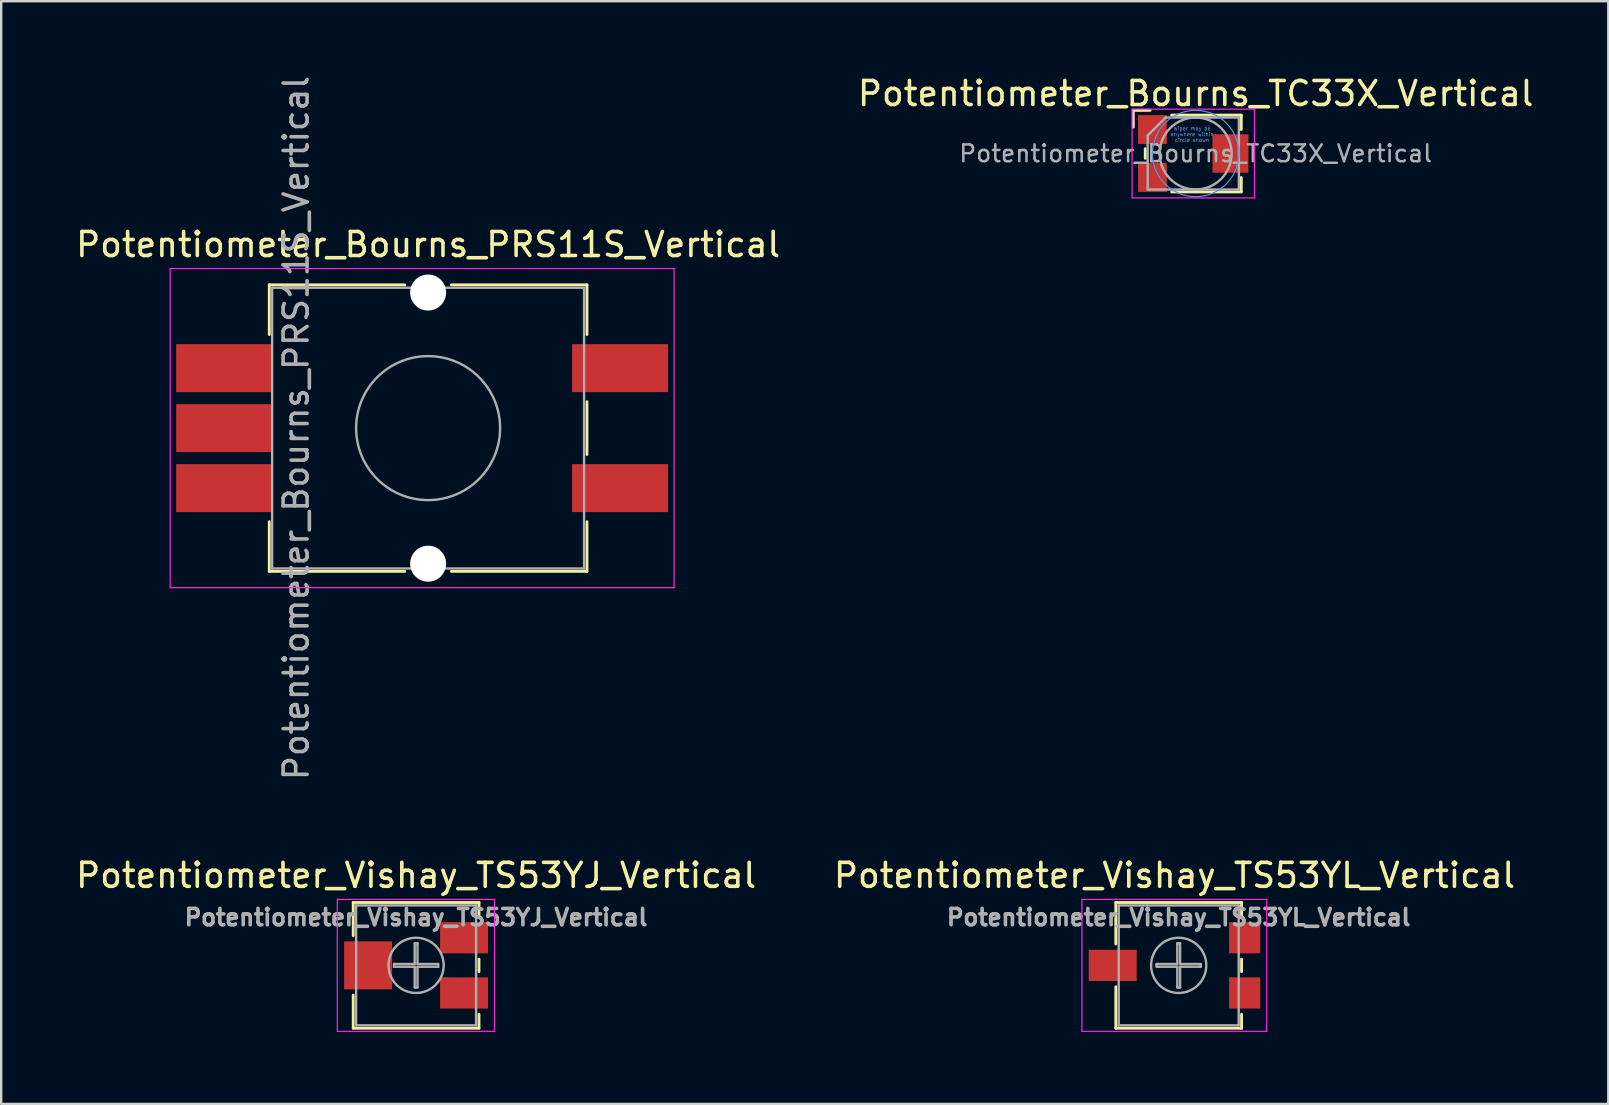
<source format=kicad_pcb>
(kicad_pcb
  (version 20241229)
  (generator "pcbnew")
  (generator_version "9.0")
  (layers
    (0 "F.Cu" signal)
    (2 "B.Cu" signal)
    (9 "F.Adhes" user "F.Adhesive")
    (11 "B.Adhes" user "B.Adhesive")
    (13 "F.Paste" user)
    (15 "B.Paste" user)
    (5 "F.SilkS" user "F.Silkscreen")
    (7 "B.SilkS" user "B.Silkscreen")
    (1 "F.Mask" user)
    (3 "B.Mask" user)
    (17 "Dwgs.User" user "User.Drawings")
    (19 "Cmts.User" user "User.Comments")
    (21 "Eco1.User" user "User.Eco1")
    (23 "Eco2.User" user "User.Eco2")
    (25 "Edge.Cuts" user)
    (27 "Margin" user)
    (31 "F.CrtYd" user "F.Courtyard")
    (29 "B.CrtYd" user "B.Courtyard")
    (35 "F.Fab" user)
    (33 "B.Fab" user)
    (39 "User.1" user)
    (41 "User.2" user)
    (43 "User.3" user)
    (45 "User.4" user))
  (footprint "Potentiometer_Vishay_TS53YL_Vertical"
    (layer "F.Cu")
    (at 46.99 37.182)
    (property "Reference" "Potentiometer_Vishay_TS53YL_Vertical" (at -1.092 -3.75 0) (layer "F.SilkS") (effects (font (size 1 1) (thickness 0.15))))
    (attr smd)
    (fp_line (start -3.537 -2.62) (end -3.537 -0.89) (stroke (width 0.12) (type solid)) (layer "F.SilkS"))
    (fp_line (start -3.537 -2.62) (end 1.703 -2.62) (stroke (width 0.12) (type solid)) (layer "F.SilkS"))
    (fp_line (start -3.537 0.89) (end -3.537 2.62) (stroke (width 0.12) (type solid)) (layer "F.SilkS"))
    (fp_line (start -3.537 2.62) (end 1.703 2.62) (stroke (width 0.12) (type solid)) (layer "F.SilkS"))
    (fp_line (start 1.703 -2.62) (end 1.703 -2.039) (stroke (width 0.12) (type solid)) (layer "F.SilkS"))
    (fp_line (start 1.703 -0.26) (end 1.703 0.26) (stroke (width 0.12) (type solid)) (layer "F.SilkS"))
    (fp_line (start 1.703 2.04) (end 1.703 2.62) (stroke (width 0.12) (type solid)) (layer "F.SilkS"))
    (fp_line (start -4.95 -2.75) (end -4.95 2.75) (stroke (width 0.05) (type solid)) (layer "F.CrtYd"))
    (fp_line (start -4.95 2.75) (end 2.75 2.75) (stroke (width 0.05) (type solid)) (layer "F.CrtYd"))
    (fp_line (start 2.75 -2.75) (end -4.95 -2.75) (stroke (width 0.05) (type solid)) (layer "F.CrtYd"))
    (fp_line (start 2.75 2.75) (end 2.75 -2.75) (stroke (width 0.05) (type solid)) (layer "F.CrtYd"))
    (fp_line (start -3.417 -2.5) (end -3.417 2.5) (stroke (width 0.1) (type solid)) (layer "F.Fab"))
    (fp_line (start -3.417 2.5) (end 1.583 2.5) (stroke (width 0.1) (type solid)) (layer "F.Fab"))
    (fp_line (start -1.837 -0.058) (end -0.975 -0.058) (stroke (width 0.1) (type solid)) (layer "F.Fab"))
    (fp_line (start -1.837 0.058) (end -1.837 -0.058) (stroke (width 0.1) (type solid)) (layer "F.Fab"))
    (fp_line (start -0.975 -0.92) (end -0.859 -0.92) (stroke (width 0.1) (type solid)) (layer "F.Fab"))
    (fp_line (start -0.975 -0.058) (end -0.975 -0.92) (stroke (width 0.1) (type solid)) (layer "F.Fab"))
    (fp_line (start -0.975 0.058) (end -1.837 0.058) (stroke (width 0.1) (type solid)) (layer "F.Fab"))
    (fp_line (start -0.975 0.92) (end -0.975 0.058) (stroke (width 0.1) (type solid)) (layer "F.Fab"))
    (fp_line (start -0.859 -0.92) (end -0.859 -0.058) (stroke (width 0.1) (type solid)) (layer "F.Fab"))
    (fp_line (start -0.859 -0.058) (end 0.003 -0.058) (stroke (width 0.1) (type solid)) (layer "F.Fab"))
    (fp_line (start -0.859 0.058) (end -0.859 0.92) (stroke (width 0.1) (type solid)) (layer "F.Fab"))
    (fp_line (start -0.859 0.92) (end -0.975 0.92) (stroke (width 0.1) (type solid)) (layer "F.Fab"))
    (fp_line (start 0.003 -0.058) (end 0.003 0.058) (stroke (width 0.1) (type solid)) (layer "F.Fab"))
    (fp_line (start 0.003 0.058) (end -0.859 0.058) (stroke (width 0.1) (type solid)) (layer "F.Fab"))
    (fp_line (start 1.583 -2.5) (end -3.417 -2.5) (stroke (width 0.1) (type solid)) (layer "F.Fab"))
    (fp_line (start 1.583 2.5) (end 1.583 -2.5) (stroke (width 0.1) (type solid)) (layer "F.Fab"))
    (fp_circle (center -0.917 0) (end 0.233 0) (stroke (width 0.1) (type solid)) (fill no) (layer "F.Fab"))
    (fp_text user "${REFERENCE}" (at -0.917 -2 0) (layer "F.Fab") (effects (font (size 0.68 0.68) (thickness 0.15))))
    (pad "1" smd rect (at 1.833 -1.15) (size 1.3 1.3) (layers "F.Cu" "F.Mask" "F.Paste"))
    (pad "2" smd rect (at -3.667 0) (size 2 1.3) (layers "F.Cu" "F.Mask" "F.Paste"))
    (pad "3" smd rect (at 1.833 1.15) (size 1.3 1.3) (layers "F.Cu" "F.Mask" "F.Paste")))
  (footprint "Potentiometer_Bourns_TC33X_Vertical"
    (layer "F.Cu")
    (at 46.78 3.348)
    (property "Reference" "Potentiometer_Bourns_TC33X_Vertical" (at 0 -2.5 0) (layer "F.SilkS") (effects (font (size 1 1) (thickness 0.15))))
    (attr smd)
    (fp_line (start -2.6 -1.8) (end -2.6 -1.1) (stroke (width 0.12) (type solid)) (layer "F.SilkS"))
    (fp_line (start -2.1 -0.2) (end -2.1 0.2) (stroke (width 0.12) (type solid)) (layer "F.SilkS"))
    (fp_line (start -1.9 -1.8) (end -2.6 -1.8) (stroke (width 0.12) (type solid)) (layer "F.SilkS"))
    (fp_line (start -1 -1.6) (end 1.9 -1.6) (stroke (width 0.12) (type solid)) (layer "F.SilkS"))
    (fp_line (start -1 1.6) (end 1.9 1.6) (stroke (width 0.12) (type solid)) (layer "F.SilkS"))
    (fp_line (start 1.9 -1.6) (end 1.9 -1) (stroke (width 0.12) (type solid)) (layer "F.SilkS"))
    (fp_line (start 1.9 1.6) (end 1.9 1) (stroke (width 0.12) (type solid)) (layer "F.SilkS"))
    (fp_circle (center 0 0) (end 1.8 0) (stroke (width 0.05) (type solid)) (fill no) (layer "Cmts.User"))
    (fp_line (start -2.65 -1.85) (end 2.45 -1.85) (stroke (width 0.05) (type solid)) (layer "F.CrtYd"))
    (fp_line (start -2.65 1.85) (end -2.65 -1.85) (stroke (width 0.05) (type solid)) (layer "F.CrtYd"))
    (fp_line (start 2.45 -1.85) (end 2.45 1.85) (stroke (width 0.05) (type solid)) (layer "F.CrtYd"))
    (fp_line (start 2.45 1.85) (end -2.65 1.85) (stroke (width 0.05) (type solid)) (layer "F.CrtYd"))
    (fp_line (start -2 -0.75) (end -2 1.5) (stroke (width 0.1) (type solid)) (layer "F.Fab"))
    (fp_line (start -2 1.5) (end 1.8 1.5) (stroke (width 0.1) (type solid)) (layer "F.Fab"))
    (fp_line (start -1.25 -1.5) (end -2 -0.75) (stroke (width 0.1) (type solid)) (layer "F.Fab"))
    (fp_line (start 1.8 -1.5) (end -1.25 -1.5) (stroke (width 0.1) (type solid)) (layer "F.Fab"))
    (fp_line (start 1.8 1.5) (end 1.8 -1.5) (stroke (width 0.1) (type solid)) (layer "F.Fab"))
    (fp_circle (center 0 0) (end 1.5 0) (stroke (width 0.1) (type solid)) (fill no) (layer "F.Fab"))
    (fp_text user "Wiper may be\nanywhere within\ncircle shown" (at -0.15 -0.8 0) (layer "Cmts.User") (effects (font (size 0.15 0.15) (thickness 0.02))))
    (fp_text user "${REFERENCE}" (at 0 0 0) (layer "F.Fab") (effects (font (size 0.7 0.7) (thickness 0.105))))
    (pad "1" smd rect (at -1.8 -1) (size 1.2 1.2) (layers "F.Cu" "F.Mask" "F.Paste"))
    (pad "2" smd rect (at 1.45 0) (size 1.5 1.6) (layers "F.Cu" "F.Mask" "F.Paste"))
    (pad "3" smd rect (at -1.8 1) (size 1.2 1.2) (layers "F.Cu" "F.Mask" "F.Paste")))
  (footprint "Potentiometer_Bourns_PRS11S_Vertical"
    (layer "F.Cu")
    (at 14.792 14.792)
    (property "Reference" "Potentiometer_Bourns_PRS11S_Vertical" (at 0 -7.65 0) (layer "F.SilkS") (effects (font (size 1 1) (thickness 0.15))))
    (attr smd)
    (fp_line (start -6.62 -5.97) (end -6.62 -3.9) (stroke (width 0.12) (type solid)) (layer "F.SilkS"))
    (fp_line (start -6.62 -5.97) (end -0.973 -5.97) (stroke (width 0.12) (type solid)) (layer "F.SilkS"))
    (fp_line (start -6.62 3.9) (end -6.62 5.97) (stroke (width 0.12) (type solid)) (layer "F.SilkS"))
    (fp_line (start -6.62 5.97) (end -0.973 5.97) (stroke (width 0.12) (type solid)) (layer "F.SilkS"))
    (fp_line (start 0.974 -5.97) (end 6.62 -5.97) (stroke (width 0.12) (type solid)) (layer "F.SilkS"))
    (fp_line (start 0.974 5.97) (end 6.62 5.97) (stroke (width 0.12) (type solid)) (layer "F.SilkS"))
    (fp_line (start 6.62 -5.97) (end 6.62 -3.9) (stroke (width 0.12) (type solid)) (layer "F.SilkS"))
    (fp_line (start 6.62 -1.1) (end 6.62 1.1) (stroke (width 0.12) (type solid)) (layer "F.SilkS"))
    (fp_line (start 6.62 3.9) (end 6.62 5.97) (stroke (width 0.12) (type solid)) (layer "F.SilkS"))
    (fp_line (start -10.75 -6.65) (end -10.75 6.65) (stroke (width 0.05) (type solid)) (layer "F.CrtYd"))
    (fp_line (start -10.75 6.65) (end 10.25 6.65) (stroke (width 0.05) (type solid)) (layer "F.CrtYd"))
    (fp_line (start 10.25 -6.65) (end -10.75 -6.65) (stroke (width 0.05) (type solid)) (layer "F.CrtYd"))
    (fp_line (start 10.25 6.65) (end 10.25 -6.65) (stroke (width 0.05) (type solid)) (layer "F.CrtYd"))
    (fp_line (start -6.5 -5.85) (end -6.5 5.85) (stroke (width 0.1) (type solid)) (layer "F.Fab"))
    (fp_line (start -6.5 5.85) (end 6.5 5.85) (stroke (width 0.1) (type solid)) (layer "F.Fab"))
    (fp_line (start 6.5 -5.85) (end -6.5 -5.85) (stroke (width 0.1) (type solid)) (layer "F.Fab"))
    (fp_line (start 6.5 5.85) (end 6.5 -5.85) (stroke (width 0.1) (type solid)) (layer "F.Fab"))
    (fp_circle (center 0 0) (end 3 0) (stroke (width 0.1) (type solid)) (fill no) (layer "F.Fab"))
    (fp_text user "${REFERENCE}" (at -5.5 0 90) (layer "F.Fab") (effects (font (size 1 1) (thickness 0.15))))
    (pad "" np_thru_hole circle (at 0 -5.65) (size 1.5 1.5) (drill 1.5) (layers "*.Cu" "*.Mask"))
    (pad "" np_thru_hole circle (at 0 5.65) (size 1.5 1.5) (drill 1.5) (layers "*.Cu" "*.Mask"))
    (pad "1" smd rect (at -8.5 -2.5) (size 4 2) (layers "F.Cu" "F.Mask" "F.Paste"))
    (pad "2" smd rect (at -8.5 0) (size 4 2) (layers "F.Cu" "F.Mask" "F.Paste"))
    (pad "3" smd rect (at -8.5 2.5) (size 4 2) (layers "F.Cu" "F.Mask" "F.Paste"))
    (pad "4" smd rect (at 8 -2.5) (size 4 2) (layers "F.Cu" "F.Mask" "F.Paste"))
    (pad "5" smd rect (at 8 2.5) (size 4 2) (layers "F.Cu" "F.Mask" "F.Paste")))
  (footprint "Potentiometer_Vishay_TS53YJ_Vertical"
    (layer "F.Cu")
    (at 14.958 37.182)
    (property "Reference" "Potentiometer_Vishay_TS53YJ_Vertical" (at -0.667 -3.75 0) (layer "F.SilkS") (effects (font (size 1 1) (thickness 0.15))))
    (attr smd)
    (fp_line (start -3.287 -2.62) (end -3.287 -1.24) (stroke (width 0.12) (type solid)) (layer "F.SilkS"))
    (fp_line (start -3.287 -2.62) (end 1.953 -2.62) (stroke (width 0.12) (type solid)) (layer "F.SilkS"))
    (fp_line (start -3.287 1.24) (end -3.287 2.62) (stroke (width 0.12) (type solid)) (layer "F.SilkS"))
    (fp_line (start -3.287 2.62) (end 1.953 2.62) (stroke (width 0.12) (type solid)) (layer "F.SilkS"))
    (fp_line (start 1.953 -2.62) (end 1.953 -2.039) (stroke (width 0.12) (type solid)) (layer "F.SilkS"))
    (fp_line (start 1.953 -0.26) (end 1.953 0.26) (stroke (width 0.12) (type solid)) (layer "F.SilkS"))
    (fp_line (start 1.953 2.04) (end 1.953 2.62) (stroke (width 0.12) (type solid)) (layer "F.SilkS"))
    (fp_line (start -3.95 -2.75) (end -3.95 2.75) (stroke (width 0.05) (type solid)) (layer "F.CrtYd"))
    (fp_line (start -3.95 2.75) (end 2.6 2.75) (stroke (width 0.05) (type solid)) (layer "F.CrtYd"))
    (fp_line (start 2.6 -2.75) (end -3.95 -2.75) (stroke (width 0.05) (type solid)) (layer "F.CrtYd"))
    (fp_line (start 2.6 2.75) (end 2.6 -2.75) (stroke (width 0.05) (type solid)) (layer "F.CrtYd"))
    (fp_line (start -3.167 -2.5) (end -3.167 2.5) (stroke (width 0.1) (type solid)) (layer "F.Fab"))
    (fp_line (start -3.167 2.5) (end 1.833 2.5) (stroke (width 0.1) (type solid)) (layer "F.Fab"))
    (fp_line (start -1.587 -0.058) (end -0.725 -0.058) (stroke (width 0.1) (type solid)) (layer "F.Fab"))
    (fp_line (start -1.587 0.058) (end -1.587 -0.058) (stroke (width 0.1) (type solid)) (layer "F.Fab"))
    (fp_line (start -0.725 -0.92) (end -0.609 -0.92) (stroke (width 0.1) (type solid)) (layer "F.Fab"))
    (fp_line (start -0.725 -0.058) (end -0.725 -0.92) (stroke (width 0.1) (type solid)) (layer "F.Fab"))
    (fp_line (start -0.725 0.058) (end -1.587 0.058) (stroke (width 0.1) (type solid)) (layer "F.Fab"))
    (fp_line (start -0.725 0.92) (end -0.725 0.058) (stroke (width 0.1) (type solid)) (layer "F.Fab"))
    (fp_line (start -0.609 -0.92) (end -0.609 -0.058) (stroke (width 0.1) (type solid)) (layer "F.Fab"))
    (fp_line (start -0.609 -0.058) (end 0.253 -0.058) (stroke (width 0.1) (type solid)) (layer "F.Fab"))
    (fp_line (start -0.609 0.058) (end -0.609 0.92) (stroke (width 0.1) (type solid)) (layer "F.Fab"))
    (fp_line (start -0.609 0.92) (end -0.725 0.92) (stroke (width 0.1) (type solid)) (layer "F.Fab"))
    (fp_line (start 0.253 -0.058) (end 0.253 0.058) (stroke (width 0.1) (type solid)) (layer "F.Fab"))
    (fp_line (start 0.253 0.058) (end -0.609 0.058) (stroke (width 0.1) (type solid)) (layer "F.Fab"))
    (fp_line (start 1.833 -2.5) (end -3.167 -2.5) (stroke (width 0.1) (type solid)) (layer "F.Fab"))
    (fp_line (start 1.833 2.5) (end 1.833 -2.5) (stroke (width 0.1) (type solid)) (layer "F.Fab"))
    (fp_circle (center -0.667 0) (end 0.483 0) (stroke (width 0.1) (type solid)) (fill no) (layer "F.Fab"))
    (fp_text user "${REFERENCE}" (at -0.667 -2 0) (layer "F.Fab") (effects (font (size 0.68 0.68) (thickness 0.15))))
    (pad "1" smd rect (at 1.333 -1.15) (size 2 1.3) (layers "F.Cu" "F.Mask" "F.Paste"))
    (pad "2" smd rect (at -2.667 0) (size 2 2) (layers "F.Cu" "F.Mask" "F.Paste"))
    (pad "3" smd rect (at 1.333 1.15) (size 2 1.3) (layers "F.Cu" "F.Mask" "F.Paste")))
  (gr_rect
    (start -3 -3)
    (end 63.976 42.957)
    (stroke (width 0.1) (type default))
    (fill no)
    (layer "Edge.Cuts")))
</source>
